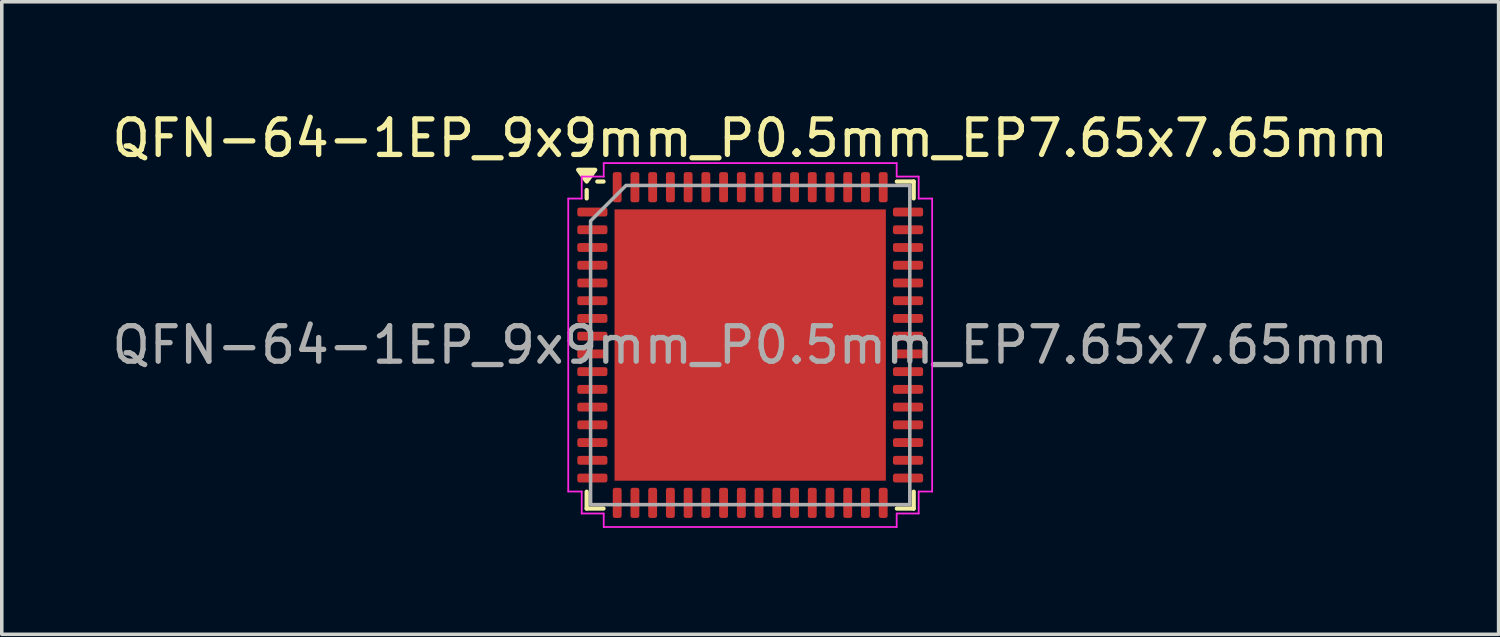
<source format=kicad_pcb>
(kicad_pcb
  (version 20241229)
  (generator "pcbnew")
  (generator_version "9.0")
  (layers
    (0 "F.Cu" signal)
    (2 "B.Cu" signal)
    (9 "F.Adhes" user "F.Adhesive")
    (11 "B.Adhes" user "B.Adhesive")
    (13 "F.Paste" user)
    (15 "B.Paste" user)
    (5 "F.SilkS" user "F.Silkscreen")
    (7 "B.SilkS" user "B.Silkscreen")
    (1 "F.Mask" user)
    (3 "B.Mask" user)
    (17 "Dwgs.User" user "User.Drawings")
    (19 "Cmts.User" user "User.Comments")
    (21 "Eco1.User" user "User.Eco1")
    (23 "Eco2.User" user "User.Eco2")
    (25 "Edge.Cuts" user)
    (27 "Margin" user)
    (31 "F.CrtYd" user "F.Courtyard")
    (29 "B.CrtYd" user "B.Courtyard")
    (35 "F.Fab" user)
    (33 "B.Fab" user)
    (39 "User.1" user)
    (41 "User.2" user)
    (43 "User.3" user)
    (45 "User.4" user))
  (footprint "QFN-64-1EP_9x9mm_P0.5mm_EP7.65x7.65mm"
    (layer "F.Cu")
    (at 18.101 6.678)
    (property "Reference" "QFN-64-1EP_9x9mm_P0.5mm_EP7.65x7.65mm" (at 0 -5.83 0) (layer "F.SilkS") (effects (font (size 1 1) (thickness 0.15))))
    (attr smd)
    (fp_line (start -4.61 -4.135) (end -4.61 -4.37) (stroke (width 0.12) (type solid)) (layer "F.SilkS"))
    (fp_line (start -4.61 4.61) (end -4.61 4.135) (stroke (width 0.12) (type solid)) (layer "F.SilkS"))
    (fp_line (start -4.135 -4.61) (end -4.31 -4.61) (stroke (width 0.12) (type solid)) (layer "F.SilkS"))
    (fp_line (start -4.135 4.61) (end -4.61 4.61) (stroke (width 0.12) (type solid)) (layer "F.SilkS"))
    (fp_line (start 4.135 -4.61) (end 4.61 -4.61) (stroke (width 0.12) (type solid)) (layer "F.SilkS"))
    (fp_line (start 4.135 4.61) (end 4.61 4.61) (stroke (width 0.12) (type solid)) (layer "F.SilkS"))
    (fp_line (start 4.61 -4.61) (end 4.61 -4.135) (stroke (width 0.12) (type solid)) (layer "F.SilkS"))
    (fp_line (start 4.61 4.61) (end 4.61 4.135) (stroke (width 0.12) (type solid)) (layer "F.SilkS"))
    (fp_poly (pts (xy -4.61 -4.61) (xy -4.85 -4.94) (xy -4.37 -4.94)) (stroke (width 0.12) (type solid)) (fill yes) (layer "F.SilkS"))
    (fp_line (start -5.13 -4.13) (end -4.75 -4.13) (stroke (width 0.05) (type solid)) (layer "F.CrtYd"))
    (fp_line (start -5.13 4.13) (end -5.13 -4.13) (stroke (width 0.05) (type solid)) (layer "F.CrtYd"))
    (fp_line (start -4.75 -4.75) (end -4.13 -4.75) (stroke (width 0.05) (type solid)) (layer "F.CrtYd"))
    (fp_line (start -4.75 -4.13) (end -4.75 -4.75) (stroke (width 0.05) (type solid)) (layer "F.CrtYd"))
    (fp_line (start -4.75 4.13) (end -5.13 4.13) (stroke (width 0.05) (type solid)) (layer "F.CrtYd"))
    (fp_line (start -4.75 4.75) (end -4.75 4.13) (stroke (width 0.05) (type solid)) (layer "F.CrtYd"))
    (fp_line (start -4.13 -5.13) (end 4.13 -5.13) (stroke (width 0.05) (type solid)) (layer "F.CrtYd"))
    (fp_line (start -4.13 -4.75) (end -4.13 -5.13) (stroke (width 0.05) (type solid)) (layer "F.CrtYd"))
    (fp_line (start -4.13 4.75) (end -4.75 4.75) (stroke (width 0.05) (type solid)) (layer "F.CrtYd"))
    (fp_line (start -4.13 5.13) (end -4.13 4.75) (stroke (width 0.05) (type solid)) (layer "F.CrtYd"))
    (fp_line (start 4.13 -5.13) (end 4.13 -4.75) (stroke (width 0.05) (type solid)) (layer "F.CrtYd"))
    (fp_line (start 4.13 -4.75) (end 4.75 -4.75) (stroke (width 0.05) (type solid)) (layer "F.CrtYd"))
    (fp_line (start 4.13 4.75) (end 4.13 5.13) (stroke (width 0.05) (type solid)) (layer "F.CrtYd"))
    (fp_line (start 4.13 5.13) (end -4.13 5.13) (stroke (width 0.05) (type solid)) (layer "F.CrtYd"))
    (fp_line (start 4.75 -4.75) (end 4.75 -4.13) (stroke (width 0.05) (type solid)) (layer "F.CrtYd"))
    (fp_line (start 4.75 -4.13) (end 5.13 -4.13) (stroke (width 0.05) (type solid)) (layer "F.CrtYd"))
    (fp_line (start 4.75 4.13) (end 4.75 4.75) (stroke (width 0.05) (type solid)) (layer "F.CrtYd"))
    (fp_line (start 4.75 4.75) (end 4.13 4.75) (stroke (width 0.05) (type solid)) (layer "F.CrtYd"))
    (fp_line (start 5.13 -4.13) (end 5.13 4.13) (stroke (width 0.05) (type solid)) (layer "F.CrtYd"))
    (fp_line (start 5.13 4.13) (end 4.75 4.13) (stroke (width 0.05) (type solid)) (layer "F.CrtYd"))
    (fp_poly (pts (xy -4.5 -3.5) (xy -4.5 4.5) (xy 4.5 4.5) (xy 4.5 -4.5) (xy -3.5 -4.5)) (stroke (width 0.1) (type solid)) (fill no) (layer "F.Fab"))
    (fp_text user "${REFERENCE}" (at 0 0 0) (layer "F.Fab") (effects (font (size 1 1) (thickness 0.15))))
    (pad "" smd roundrect (at -3.2 -3.2) (size 1.03 1.03) (layers "F.Paste") (roundrect_rratio 0.243))
    (pad "" smd roundrect (at -3.2 -1.92) (size 1.03 1.03) (layers "F.Paste") (roundrect_rratio 0.243))
    (pad "" smd roundrect (at -3.2 -0.64) (size 1.03 1.03) (layers "F.Paste") (roundrect_rratio 0.243))
    (pad "" smd roundrect (at -3.2 0.64) (size 1.03 1.03) (layers "F.Paste") (roundrect_rratio 0.243))
    (pad "" smd roundrect (at -3.2 1.92) (size 1.03 1.03) (layers "F.Paste") (roundrect_rratio 0.243))
    (pad "" smd roundrect (at -3.2 3.2) (size 1.03 1.03) (layers "F.Paste") (roundrect_rratio 0.243))
    (pad "" smd roundrect (at -1.92 -3.2) (size 1.03 1.03) (layers "F.Paste") (roundrect_rratio 0.243))
    (pad "" smd roundrect (at -1.92 -1.92) (size 1.03 1.03) (layers "F.Paste") (roundrect_rratio 0.243))
    (pad "" smd roundrect (at -1.92 -0.64) (size 1.03 1.03) (layers "F.Paste") (roundrect_rratio 0.243))
    (pad "" smd roundrect (at -1.92 0.64) (size 1.03 1.03) (layers "F.Paste") (roundrect_rratio 0.243))
    (pad "" smd roundrect (at -1.92 1.92) (size 1.03 1.03) (layers "F.Paste") (roundrect_rratio 0.243))
    (pad "" smd roundrect (at -1.92 3.2) (size 1.03 1.03) (layers "F.Paste") (roundrect_rratio 0.243))
    (pad "" smd roundrect (at -0.64 -3.2) (size 1.03 1.03) (layers "F.Paste") (roundrect_rratio 0.243))
    (pad "" smd roundrect (at -0.64 -1.92) (size 1.03 1.03) (layers "F.Paste") (roundrect_rratio 0.243))
    (pad "" smd roundrect (at -0.64 -0.64) (size 1.03 1.03) (layers "F.Paste") (roundrect_rratio 0.243))
    (pad "" smd roundrect (at -0.64 0.64) (size 1.03 1.03) (layers "F.Paste") (roundrect_rratio 0.243))
    (pad "" smd roundrect (at -0.64 1.92) (size 1.03 1.03) (layers "F.Paste") (roundrect_rratio 0.243))
    (pad "" smd roundrect (at -0.64 3.2) (size 1.03 1.03) (layers "F.Paste") (roundrect_rratio 0.243))
    (pad "" smd roundrect (at 0.64 -3.2) (size 1.03 1.03) (layers "F.Paste") (roundrect_rratio 0.243))
    (pad "" smd roundrect (at 0.64 -1.92) (size 1.03 1.03) (layers "F.Paste") (roundrect_rratio 0.243))
    (pad "" smd roundrect (at 0.64 -0.64) (size 1.03 1.03) (layers "F.Paste") (roundrect_rratio 0.243))
    (pad "" smd roundrect (at 0.64 0.64) (size 1.03 1.03) (layers "F.Paste") (roundrect_rratio 0.243))
    (pad "" smd roundrect (at 0.64 1.92) (size 1.03 1.03) (layers "F.Paste") (roundrect_rratio 0.243))
    (pad "" smd roundrect (at 0.64 3.2) (size 1.03 1.03) (layers "F.Paste") (roundrect_rratio 0.243))
    (pad "" smd roundrect (at 1.92 -3.2) (size 1.03 1.03) (layers "F.Paste") (roundrect_rratio 0.243))
    (pad "" smd roundrect (at 1.92 -1.92) (size 1.03 1.03) (layers "F.Paste") (roundrect_rratio 0.243))
    (pad "" smd roundrect (at 1.92 -0.64) (size 1.03 1.03) (layers "F.Paste") (roundrect_rratio 0.243))
    (pad "" smd roundrect (at 1.92 0.64) (size 1.03 1.03) (layers "F.Paste") (roundrect_rratio 0.243))
    (pad "" smd roundrect (at 1.92 1.92) (size 1.03 1.03) (layers "F.Paste") (roundrect_rratio 0.243))
    (pad "" smd roundrect (at 1.92 3.2) (size 1.03 1.03) (layers "F.Paste") (roundrect_rratio 0.243))
    (pad "" smd roundrect (at 3.2 -3.2) (size 1.03 1.03) (layers "F.Paste") (roundrect_rratio 0.243))
    (pad "" smd roundrect (at 3.2 -1.92) (size 1.03 1.03) (layers "F.Paste") (roundrect_rratio 0.243))
    (pad "" smd roundrect (at 3.2 -0.64) (size 1.03 1.03) (layers "F.Paste") (roundrect_rratio 0.243))
    (pad "" smd roundrect (at 3.2 0.64) (size 1.03 1.03) (layers "F.Paste") (roundrect_rratio 0.243))
    (pad "" smd roundrect (at 3.2 1.92) (size 1.03 1.03) (layers "F.Paste") (roundrect_rratio 0.243))
    (pad "" smd roundrect (at 3.2 3.2) (size 1.03 1.03) (layers "F.Paste") (roundrect_rratio 0.243))
    (pad "1" smd roundrect (at -4.45 -3.75) (size 0.85 0.25) (layers "F.Cu" "F.Mask" "F.Paste") (roundrect_rratio 0.25))
    (pad "2" smd roundrect (at -4.45 -3.25) (size 0.85 0.25) (layers "F.Cu" "F.Mask" "F.Paste") (roundrect_rratio 0.25))
    (pad "3" smd roundrect (at -4.45 -2.75) (size 0.85 0.25) (layers "F.Cu" "F.Mask" "F.Paste") (roundrect_rratio 0.25))
    (pad "4" smd roundrect (at -4.45 -2.25) (size 0.85 0.25) (layers "F.Cu" "F.Mask" "F.Paste") (roundrect_rratio 0.25))
    (pad "5" smd roundrect (at -4.45 -1.75) (size 0.85 0.25) (layers "F.Cu" "F.Mask" "F.Paste") (roundrect_rratio 0.25))
    (pad "6" smd roundrect (at -4.45 -1.25) (size 0.85 0.25) (layers "F.Cu" "F.Mask" "F.Paste") (roundrect_rratio 0.25))
    (pad "7" smd roundrect (at -4.45 -0.75) (size 0.85 0.25) (layers "F.Cu" "F.Mask" "F.Paste") (roundrect_rratio 0.25))
    (pad "8" smd roundrect (at -4.45 -0.25) (size 0.85 0.25) (layers "F.Cu" "F.Mask" "F.Paste") (roundrect_rratio 0.25))
    (pad "9" smd roundrect (at -4.45 0.25) (size 0.85 0.25) (layers "F.Cu" "F.Mask" "F.Paste") (roundrect_rratio 0.25))
    (pad "10" smd roundrect (at -4.45 0.75) (size 0.85 0.25) (layers "F.Cu" "F.Mask" "F.Paste") (roundrect_rratio 0.25))
    (pad "11" smd roundrect (at -4.45 1.25) (size 0.85 0.25) (layers "F.Cu" "F.Mask" "F.Paste") (roundrect_rratio 0.25))
    (pad "12" smd roundrect (at -4.45 1.75) (size 0.85 0.25) (layers "F.Cu" "F.Mask" "F.Paste") (roundrect_rratio 0.25))
    (pad "13" smd roundrect (at -4.45 2.25) (size 0.85 0.25) (layers "F.Cu" "F.Mask" "F.Paste") (roundrect_rratio 0.25))
    (pad "14" smd roundrect (at -4.45 2.75) (size 0.85 0.25) (layers "F.Cu" "F.Mask" "F.Paste") (roundrect_rratio 0.25))
    (pad "15" smd roundrect (at -4.45 3.25) (size 0.85 0.25) (layers "F.Cu" "F.Mask" "F.Paste") (roundrect_rratio 0.25))
    (pad "16" smd roundrect (at -4.45 3.75) (size 0.85 0.25) (layers "F.Cu" "F.Mask" "F.Paste") (roundrect_rratio 0.25))
    (pad "17" smd roundrect (at -3.75 4.45) (size 0.25 0.85) (layers "F.Cu" "F.Mask" "F.Paste") (roundrect_rratio 0.25))
    (pad "18" smd roundrect (at -3.25 4.45) (size 0.25 0.85) (layers "F.Cu" "F.Mask" "F.Paste") (roundrect_rratio 0.25))
    (pad "19" smd roundrect (at -2.75 4.45) (size 0.25 0.85) (layers "F.Cu" "F.Mask" "F.Paste") (roundrect_rratio 0.25))
    (pad "20" smd roundrect (at -2.25 4.45) (size 0.25 0.85) (layers "F.Cu" "F.Mask" "F.Paste") (roundrect_rratio 0.25))
    (pad "21" smd roundrect (at -1.75 4.45) (size 0.25 0.85) (layers "F.Cu" "F.Mask" "F.Paste") (roundrect_rratio 0.25))
    (pad "22" smd roundrect (at -1.25 4.45) (size 0.25 0.85) (layers "F.Cu" "F.Mask" "F.Paste") (roundrect_rratio 0.25))
    (pad "23" smd roundrect (at -0.75 4.45) (size 0.25 0.85) (layers "F.Cu" "F.Mask" "F.Paste") (roundrect_rratio 0.25))
    (pad "24" smd roundrect (at -0.25 4.45) (size 0.25 0.85) (layers "F.Cu" "F.Mask" "F.Paste") (roundrect_rratio 0.25))
    (pad "25" smd roundrect (at 0.25 4.45) (size 0.25 0.85) (layers "F.Cu" "F.Mask" "F.Paste") (roundrect_rratio 0.25))
    (pad "26" smd roundrect (at 0.75 4.45) (size 0.25 0.85) (layers "F.Cu" "F.Mask" "F.Paste") (roundrect_rratio 0.25))
    (pad "27" smd roundrect (at 1.25 4.45) (size 0.25 0.85) (layers "F.Cu" "F.Mask" "F.Paste") (roundrect_rratio 0.25))
    (pad "28" smd roundrect (at 1.75 4.45) (size 0.25 0.85) (layers "F.Cu" "F.Mask" "F.Paste") (roundrect_rratio 0.25))
    (pad "29" smd roundrect (at 2.25 4.45) (size 0.25 0.85) (layers "F.Cu" "F.Mask" "F.Paste") (roundrect_rratio 0.25))
    (pad "30" smd roundrect (at 2.75 4.45) (size 0.25 0.85) (layers "F.Cu" "F.Mask" "F.Paste") (roundrect_rratio 0.25))
    (pad "31" smd roundrect (at 3.25 4.45) (size 0.25 0.85) (layers "F.Cu" "F.Mask" "F.Paste") (roundrect_rratio 0.25))
    (pad "32" smd roundrect (at 3.75 4.45) (size 0.25 0.85) (layers "F.Cu" "F.Mask" "F.Paste") (roundrect_rratio 0.25))
    (pad "33" smd roundrect (at 4.45 3.75) (size 0.85 0.25) (layers "F.Cu" "F.Mask" "F.Paste") (roundrect_rratio 0.25))
    (pad "34" smd roundrect (at 4.45 3.25) (size 0.85 0.25) (layers "F.Cu" "F.Mask" "F.Paste") (roundrect_rratio 0.25))
    (pad "35" smd roundrect (at 4.45 2.75) (size 0.85 0.25) (layers "F.Cu" "F.Mask" "F.Paste") (roundrect_rratio 0.25))
    (pad "36" smd roundrect (at 4.45 2.25) (size 0.85 0.25) (layers "F.Cu" "F.Mask" "F.Paste") (roundrect_rratio 0.25))
    (pad "37" smd roundrect (at 4.45 1.75) (size 0.85 0.25) (layers "F.Cu" "F.Mask" "F.Paste") (roundrect_rratio 0.25))
    (pad "38" smd roundrect (at 4.45 1.25) (size 0.85 0.25) (layers "F.Cu" "F.Mask" "F.Paste") (roundrect_rratio 0.25))
    (pad "39" smd roundrect (at 4.45 0.75) (size 0.85 0.25) (layers "F.Cu" "F.Mask" "F.Paste") (roundrect_rratio 0.25))
    (pad "40" smd roundrect (at 4.45 0.25) (size 0.85 0.25) (layers "F.Cu" "F.Mask" "F.Paste") (roundrect_rratio 0.25))
    (pad "41" smd roundrect (at 4.45 -0.25) (size 0.85 0.25) (layers "F.Cu" "F.Mask" "F.Paste") (roundrect_rratio 0.25))
    (pad "42" smd roundrect (at 4.45 -0.75) (size 0.85 0.25) (layers "F.Cu" "F.Mask" "F.Paste") (roundrect_rratio 0.25))
    (pad "43" smd roundrect (at 4.45 -1.25) (size 0.85 0.25) (layers "F.Cu" "F.Mask" "F.Paste") (roundrect_rratio 0.25))
    (pad "44" smd roundrect (at 4.45 -1.75) (size 0.85 0.25) (layers "F.Cu" "F.Mask" "F.Paste") (roundrect_rratio 0.25))
    (pad "45" smd roundrect (at 4.45 -2.25) (size 0.85 0.25) (layers "F.Cu" "F.Mask" "F.Paste") (roundrect_rratio 0.25))
    (pad "46" smd roundrect (at 4.45 -2.75) (size 0.85 0.25) (layers "F.Cu" "F.Mask" "F.Paste") (roundrect_rratio 0.25))
    (pad "47" smd roundrect (at 4.45 -3.25) (size 0.85 0.25) (layers "F.Cu" "F.Mask" "F.Paste") (roundrect_rratio 0.25))
    (pad "48" smd roundrect (at 4.45 -3.75) (size 0.85 0.25) (layers "F.Cu" "F.Mask" "F.Paste") (roundrect_rratio 0.25))
    (pad "49" smd roundrect (at 3.75 -4.45) (size 0.25 0.85) (layers "F.Cu" "F.Mask" "F.Paste") (roundrect_rratio 0.25))
    (pad "50" smd roundrect (at 3.25 -4.45) (size 0.25 0.85) (layers "F.Cu" "F.Mask" "F.Paste") (roundrect_rratio 0.25))
    (pad "51" smd roundrect (at 2.75 -4.45) (size 0.25 0.85) (layers "F.Cu" "F.Mask" "F.Paste") (roundrect_rratio 0.25))
    (pad "52" smd roundrect (at 2.25 -4.45) (size 0.25 0.85) (layers "F.Cu" "F.Mask" "F.Paste") (roundrect_rratio 0.25))
    (pad "53" smd roundrect (at 1.75 -4.45) (size 0.25 0.85) (layers "F.Cu" "F.Mask" "F.Paste") (roundrect_rratio 0.25))
    (pad "54" smd roundrect (at 1.25 -4.45) (size 0.25 0.85) (layers "F.Cu" "F.Mask" "F.Paste") (roundrect_rratio 0.25))
    (pad "55" smd roundrect (at 0.75 -4.45) (size 0.25 0.85) (layers "F.Cu" "F.Mask" "F.Paste") (roundrect_rratio 0.25))
    (pad "56" smd roundrect (at 0.25 -4.45) (size 0.25 0.85) (layers "F.Cu" "F.Mask" "F.Paste") (roundrect_rratio 0.25))
    (pad "57" smd roundrect (at -0.25 -4.45) (size 0.25 0.85) (layers "F.Cu" "F.Mask" "F.Paste") (roundrect_rratio 0.25))
    (pad "58" smd roundrect (at -0.75 -4.45) (size 0.25 0.85) (layers "F.Cu" "F.Mask" "F.Paste") (roundrect_rratio 0.25))
    (pad "59" smd roundrect (at -1.25 -4.45) (size 0.25 0.85) (layers "F.Cu" "F.Mask" "F.Paste") (roundrect_rratio 0.25))
    (pad "60" smd roundrect (at -1.75 -4.45) (size 0.25 0.85) (layers "F.Cu" "F.Mask" "F.Paste") (roundrect_rratio 0.25))
    (pad "61" smd roundrect (at -2.25 -4.45) (size 0.25 0.85) (layers "F.Cu" "F.Mask" "F.Paste") (roundrect_rratio 0.25))
    (pad "62" smd roundrect (at -2.75 -4.45) (size 0.25 0.85) (layers "F.Cu" "F.Mask" "F.Paste") (roundrect_rratio 0.25))
    (pad "63" smd roundrect (at -3.25 -4.45) (size 0.25 0.85) (layers "F.Cu" "F.Mask" "F.Paste") (roundrect_rratio 0.25))
    (pad "64" smd roundrect (at -3.75 -4.45) (size 0.25 0.85) (layers "F.Cu" "F.Mask" "F.Paste") (roundrect_rratio 0.25))
    (pad "65" smd rect (at 0 0) (size 7.65 7.65) (property pad_prop_heatsink) (layers "F.Cu" "F.Mask")))
  (gr_rect
    (start -3 -3)
    (end 39.202 14.833)
    (stroke (width 0.1) (type default))
    (fill no)
    (layer "Edge.Cuts")))
</source>
